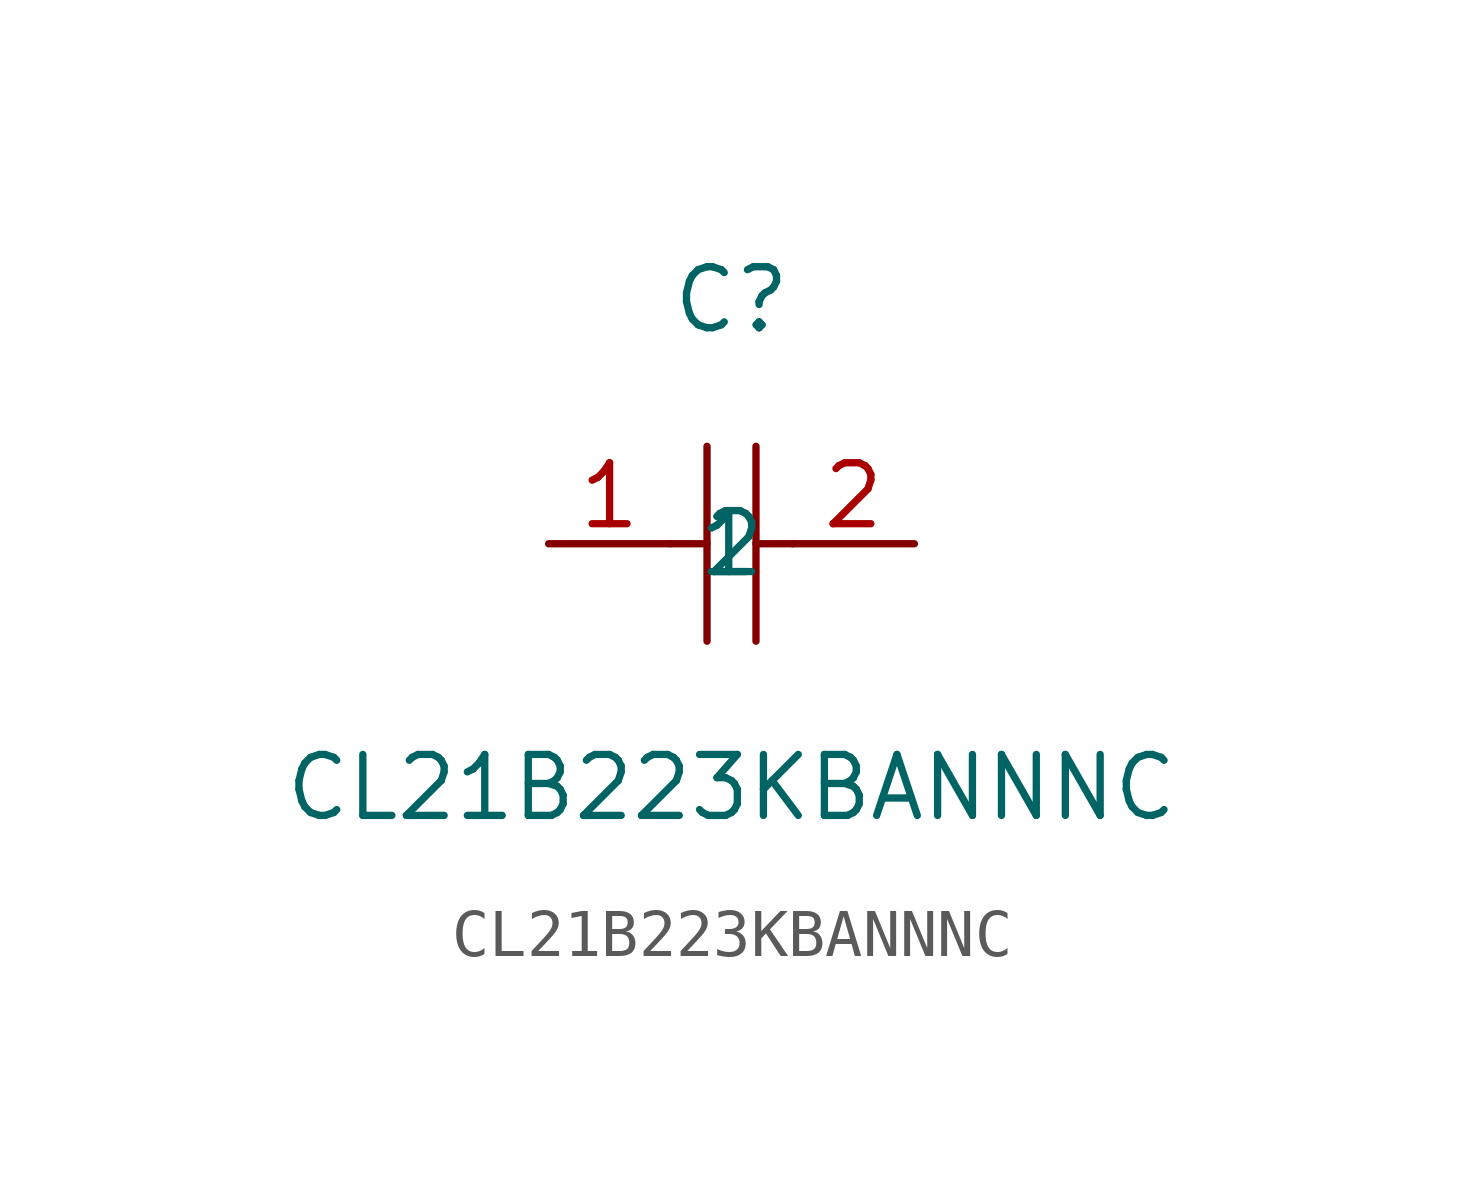
<source format=kicad_sym>
(kicad_symbol_lib
  (version 1)
  (generator "faebryk")
  (symbol "CL21B223KBANNNC"
    (property "Reference" "C"
      (at 0 5.08 0)
      (effects (font (size 1.27 1.27)) (hide no)))
    (property "Value" "CL21B223KBANNNC"
      (at 0 -5.08 0)
      (effects (font (size 1.27 1.27)) (hide no)))
    (symbol "CL21B223KBANNNC_0_1"
      (polyline (stroke (width 0) (type default) (color 0 0 0 0)) (fill (type none)) (pts (xy -0.51 2.03) (xy -0.51 -2.03)))
      (polyline (stroke (width 0) (type default) (color 0 0 0 0)) (fill (type none)) (pts (xy 0.51 2.03) (xy 0.51 -2.03)))
      (polyline (stroke (width 0) (type default) (color 0 0 0 0)) (fill (type none)) (pts (xy -1.27 0) (xy -0.51 0)))
      (polyline (stroke (width 0) (type default) (color 0 0 0 0)) (fill (type none)) (pts (xy 0.51 0) (xy 1.27 0)))
      (pin input line (at -3.81 0 0) (length 2.54) (name "1" (effects (font (size 1.27 1.27)) (hide no))) (number "1" (effects (font (size 1.27 1.27)) (hide no))))
      (pin input line (at 3.81 0 180) (length 2.54) (name "2" (effects (font (size 1.27 1.27)) (hide no))) (number "2" (effects (font (size 1.27 1.27)) (hide no)))))))
</source>
